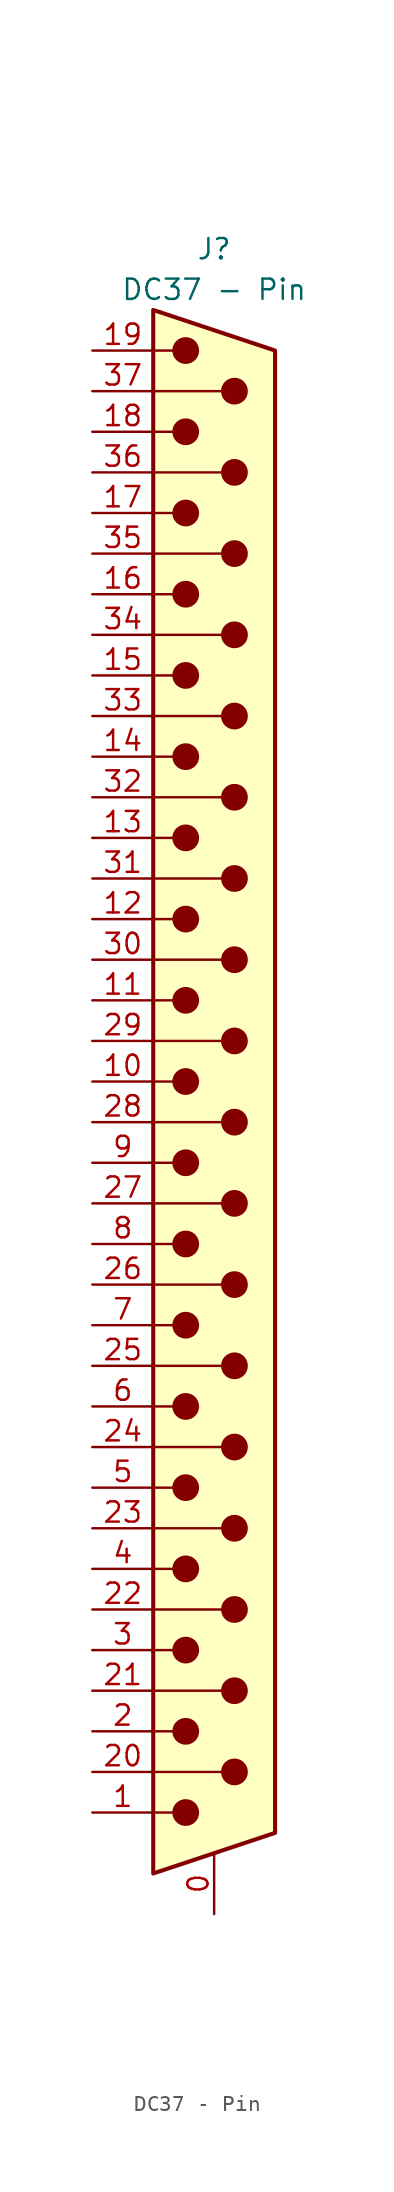
<source format=kicad_sym>
(kicad_symbol_lib
  (version 20211014)
  (generator kicad_symbol_editor)
  (symbol "DC37 - Pin"
    (pin_names
      (offset 1.016) hide)
    (property "Reference" "J"
      (at 0 54.61 0)
      (effects (font (size 1.27 1.27))))
    (property "Value" "DC37 - Pin"
      (at 0 52.07 0)
      (effects (font (size 1.27 1.27))))
    (symbol "DC37 - Pin_0_1"
      (circle (center -1.778 -43.18) (radius 0.762) (stroke (width 0) (type default) (color 0 0 0 0)) (fill (type outline)))
      (circle (center -1.778 -38.1) (radius 0.762) (stroke (width 0) (type default) (color 0 0 0 0)) (fill (type outline)))
      (circle (center -1.778 -33.02) (radius 0.762) (stroke (width 0) (type default) (color 0 0 0 0)) (fill (type outline)))
      (circle (center -1.778 -27.94) (radius 0.762) (stroke (width 0) (type default) (color 0 0 0 0)) (fill (type outline)))
      (circle (center -1.778 -22.86) (radius 0.762) (stroke (width 0) (type default) (color 0 0 0 0)) (fill (type outline)))
      (circle (center -1.778 -17.78) (radius 0.762) (stroke (width 0) (type default) (color 0 0 0 0)) (fill (type outline)))
      (circle (center -1.778 -12.7) (radius 0.762) (stroke (width 0) (type default) (color 0 0 0 0)) (fill (type outline)))
      (circle (center -1.778 -7.62) (radius 0.762) (stroke (width 0) (type default) (color 0 0 0 0)) (fill (type outline)))
      (circle (center -1.778 -2.54) (radius 0.762) (stroke (width 0) (type default) (color 0 0 0 0)) (fill (type outline)))
      (circle (center -1.778 2.54) (radius 0.762) (stroke (width 0) (type default) (color 0 0 0 0)) (fill (type outline)))
      (circle (center -1.778 7.62) (radius 0.762) (stroke (width 0) (type default) (color 0 0 0 0)) (fill (type outline)))
      (circle (center -1.778 12.7) (radius 0.762) (stroke (width 0) (type default) (color 0 0 0 0)) (fill (type outline)))
      (circle (center -1.778 17.78) (radius 0.762) (stroke (width 0) (type default) (color 0 0 0 0)) (fill (type outline)))
      (circle (center -1.778 22.86) (radius 0.762) (stroke (width 0) (type default) (color 0 0 0 0)) (fill (type outline)))
      (circle (center -1.778 27.94) (radius 0.762) (stroke (width 0) (type default) (color 0 0 0 0)) (fill (type outline)))
      (circle (center -1.778 33.02) (radius 0.762) (stroke (width 0) (type default) (color 0 0 0 0)) (fill (type outline)))
      (circle (center -1.778 38.1) (radius 0.762) (stroke (width 0) (type default) (color 0 0 0 0)) (fill (type outline)))
      (circle (center -1.778 43.18) (radius 0.762) (stroke (width 0) (type default) (color 0 0 0 0)) (fill (type outline)))
      (circle (center -1.778 48.26) (radius 0.762) (stroke (width 0) (type default) (color 0 0 0 0)) (fill (type outline)))
      (polyline (pts (xy -3.81 -43.18) (xy -1.27 -43.18)) (stroke (width 0) (type default) (color 0 0 0 0)) (fill (type none)))
      (polyline (pts (xy -3.81 -40.64) (xy 1.27 -40.64)) (stroke (width 0) (type default) (color 0 0 0 0)) (fill (type none)))
      (polyline (pts (xy -3.81 -38.1) (xy -1.27 -38.1)) (stroke (width 0) (type default) (color 0 0 0 0)) (fill (type none)))
      (polyline (pts (xy -3.81 -35.56) (xy 1.27 -35.56)) (stroke (width 0) (type default) (color 0 0 0 0)) (fill (type none)))
      (polyline (pts (xy -3.81 -33.02) (xy -1.27 -33.02)) (stroke (width 0) (type default) (color 0 0 0 0)) (fill (type none)))
      (polyline (pts (xy -3.81 -30.48) (xy 1.27 -30.48)) (stroke (width 0) (type default) (color 0 0 0 0)) (fill (type none)))
      (polyline (pts (xy -3.81 -27.94) (xy -1.27 -27.94)) (stroke (width 0) (type default) (color 0 0 0 0)) (fill (type none)))
      (polyline (pts (xy -3.81 -25.4) (xy 1.27 -25.4)) (stroke (width 0) (type default) (color 0 0 0 0)) (fill (type none)))
      (polyline (pts (xy -3.81 -22.86) (xy -1.27 -22.86)) (stroke (width 0) (type default) (color 0 0 0 0)) (fill (type none)))
      (polyline (pts (xy -3.81 -20.32) (xy 1.27 -20.32)) (stroke (width 0) (type default) (color 0 0 0 0)) (fill (type none)))
      (polyline (pts (xy -3.81 -17.78) (xy -1.27 -17.78)) (stroke (width 0) (type default) (color 0 0 0 0)) (fill (type none)))
      (polyline (pts (xy -3.81 -15.24) (xy 1.27 -15.24)) (stroke (width 0) (type default) (color 0 0 0 0)) (fill (type none)))
      (polyline (pts (xy -3.81 -12.7) (xy -1.27 -12.7)) (stroke (width 0) (type default) (color 0 0 0 0)) (fill (type none)))
      (polyline (pts (xy -3.81 -10.16) (xy 1.27 -10.16)) (stroke (width 0) (type default) (color 0 0 0 0)) (fill (type none)))
      (polyline (pts (xy -3.81 -7.62) (xy -1.27 -7.62)) (stroke (width 0) (type default) (color 0 0 0 0)) (fill (type none)))
      (polyline (pts (xy -3.81 -5.08) (xy 1.27 -5.08)) (stroke (width 0) (type default) (color 0 0 0 0)) (fill (type none)))
      (polyline (pts (xy -3.81 -2.54) (xy -1.27 -2.54)) (stroke (width 0) (type default) (color 0 0 0 0)) (fill (type none)))
      (polyline (pts (xy -3.81 0) (xy 1.27 0)) (stroke (width 0) (type default) (color 0 0 0 0)) (fill (type none)))
      (polyline (pts (xy -3.81 2.54) (xy -1.27 2.54)) (stroke (width 0) (type default) (color 0 0 0 0)) (fill (type none)))
      (polyline (pts (xy -3.81 5.08) (xy 1.27 5.08)) (stroke (width 0) (type default) (color 0 0 0 0)) (fill (type none)))
      (polyline (pts (xy -3.81 7.62) (xy -1.27 7.62)) (stroke (width 0) (type default) (color 0 0 0 0)) (fill (type none)))
      (polyline (pts (xy -3.81 10.16) (xy 1.27 10.16)) (stroke (width 0) (type default) (color 0 0 0 0)) (fill (type none)))
      (polyline (pts (xy -3.81 12.7) (xy -1.27 12.7)) (stroke (width 0) (type default) (color 0 0 0 0)) (fill (type none)))
      (polyline (pts (xy -3.81 15.24) (xy 1.27 15.24)) (stroke (width 0) (type default) (color 0 0 0 0)) (fill (type none)))
      (polyline (pts (xy -3.81 17.78) (xy -1.27 17.78)) (stroke (width 0) (type default) (color 0 0 0 0)) (fill (type none)))
      (polyline (pts (xy -3.81 20.32) (xy 1.27 20.32)) (stroke (width 0) (type default) (color 0 0 0 0)) (fill (type none)))
      (polyline (pts (xy -3.81 22.86) (xy -1.27 22.86)) (stroke (width 0) (type default) (color 0 0 0 0)) (fill (type none)))
      (polyline (pts (xy -3.81 25.4) (xy 1.27 25.4)) (stroke (width 0) (type default) (color 0 0 0 0)) (fill (type none)))
      (polyline (pts (xy -3.81 27.94) (xy -1.27 27.94)) (stroke (width 0) (type default) (color 0 0 0 0)) (fill (type none)))
      (polyline (pts (xy -3.81 30.48) (xy 1.27 30.48)) (stroke (width 0) (type default) (color 0 0 0 0)) (fill (type none)))
      (polyline (pts (xy -3.81 33.02) (xy -1.27 33.02)) (stroke (width 0) (type default) (color 0 0 0 0)) (fill (type none)))
      (polyline (pts (xy -3.81 35.56) (xy 1.27 35.56)) (stroke (width 0) (type default) (color 0 0 0 0)) (fill (type none)))
      (polyline (pts (xy -3.81 38.1) (xy -1.27 38.1)) (stroke (width 0) (type default) (color 0 0 0 0)) (fill (type none)))
      (polyline (pts (xy -3.81 40.64) (xy 1.27 40.64)) (stroke (width 0) (type default) (color 0 0 0 0)) (fill (type none)))
      (polyline (pts (xy -3.81 43.18) (xy -1.27 43.18)) (stroke (width 0) (type default) (color 0 0 0 0)) (fill (type none)))
      (polyline (pts (xy -3.81 45.72) (xy 1.27 45.72)) (stroke (width 0) (type default) (color 0 0 0 0)) (fill (type none)))
      (polyline (pts (xy -3.81 48.26) (xy -1.27 48.26)) (stroke (width 0) (type default) (color 0 0 0 0)) (fill (type none)))
      (polyline (pts (xy -3.81 50.8) (xy -3.81 -46.99) (xy 3.81 -44.45) (xy 3.81 48.26) (xy -3.81 50.8)) (stroke (width 0.254) (type default) (color 0 0 0 0)) (fill (type background)))
      (circle (center 1.27 -40.64) (radius 0.762) (stroke (width 0) (type default) (color 0 0 0 0)) (fill (type outline)))
      (circle (center 1.27 -35.56) (radius 0.762) (stroke (width 0) (type default) (color 0 0 0 0)) (fill (type outline)))
      (circle (center 1.27 -30.48) (radius 0.762) (stroke (width 0) (type default) (color 0 0 0 0)) (fill (type outline)))
      (circle (center 1.27 -25.4) (radius 0.762) (stroke (width 0) (type default) (color 0 0 0 0)) (fill (type outline)))
      (circle (center 1.27 -20.32) (radius 0.762) (stroke (width 0) (type default) (color 0 0 0 0)) (fill (type outline)))
      (circle (center 1.27 -15.24) (radius 0.762) (stroke (width 0) (type default) (color 0 0 0 0)) (fill (type outline)))
      (circle (center 1.27 -10.16) (radius 0.762) (stroke (width 0) (type default) (color 0 0 0 0)) (fill (type outline)))
      (circle (center 1.27 -5.08) (radius 0.762) (stroke (width 0) (type default) (color 0 0 0 0)) (fill (type outline)))
      (circle (center 1.27 0) (radius 0.762) (stroke (width 0) (type default) (color 0 0 0 0)) (fill (type outline)))
      (circle (center 1.27 5.08) (radius 0.762) (stroke (width 0) (type default) (color 0 0 0 0)) (fill (type outline)))
      (circle (center 1.27 10.16) (radius 0.762) (stroke (width 0) (type default) (color 0 0 0 0)) (fill (type outline)))
      (circle (center 1.27 15.24) (radius 0.762) (stroke (width 0) (type default) (color 0 0 0 0)) (fill (type outline)))
      (circle (center 1.27 20.32) (radius 0.762) (stroke (width 0) (type default) (color 0 0 0 0)) (fill (type outline)))
      (circle (center 1.27 25.4) (radius 0.762) (stroke (width 0) (type default) (color 0 0 0 0)) (fill (type outline)))
      (circle (center 1.27 30.48) (radius 0.762) (stroke (width 0) (type default) (color 0 0 0 0)) (fill (type outline)))
      (circle (center 1.27 35.56) (radius 0.762) (stroke (width 0) (type default) (color 0 0 0 0)) (fill (type outline)))
      (circle (center 1.27 40.64) (radius 0.762) (stroke (width 0) (type default) (color 0 0 0 0)) (fill (type outline)))
      (circle (center 1.27 45.72) (radius 0.762) (stroke (width 0) (type default) (color 0 0 0 0)) (fill (type outline))))
    (symbol "DC37 - Pin_1_1"
      (pin passive line (at 0 -49.53 90) (length 3.81) (name "0" (effects (font (size 1.27 1.27)))) (number "0" (effects (font (size 1.27 1.27)))))
      (pin passive line (at -7.62 -43.18 0) (length 3.81) (name "1" (effects (font (size 1.27 1.27)))) (number "1" (effects (font (size 1.27 1.27)))))
      (pin passive line (at -7.62 2.54 0) (length 3.81) (name "10" (effects (font (size 1.27 1.27)))) (number "10" (effects (font (size 1.27 1.27)))))
      (pin passive line (at -7.62 7.62 0) (length 3.81) (name "11" (effects (font (size 1.27 1.27)))) (number "11" (effects (font (size 1.27 1.27)))))
      (pin passive line (at -7.62 12.7 0) (length 3.81) (name "12" (effects (font (size 1.27 1.27)))) (number "12" (effects (font (size 1.27 1.27)))))
      (pin passive line (at -7.62 17.78 0) (length 3.81) (name "13" (effects (font (size 1.27 1.27)))) (number "13" (effects (font (size 1.27 1.27)))))
      (pin passive line (at -7.62 22.86 0) (length 3.81) (name "14" (effects (font (size 1.27 1.27)))) (number "14" (effects (font (size 1.27 1.27)))))
      (pin passive line (at -7.62 27.94 0) (length 3.81) (name "15" (effects (font (size 1.27 1.27)))) (number "15" (effects (font (size 1.27 1.27)))))
      (pin passive line (at -7.62 33.02 0) (length 3.81) (name "16" (effects (font (size 1.27 1.27)))) (number "16" (effects (font (size 1.27 1.27)))))
      (pin passive line (at -7.62 38.1 0) (length 3.81) (name "17" (effects (font (size 1.27 1.27)))) (number "17" (effects (font (size 1.27 1.27)))))
      (pin passive line (at -7.62 43.18 0) (length 3.81) (name "18" (effects (font (size 1.27 1.27)))) (number "18" (effects (font (size 1.27 1.27)))))
      (pin passive line (at -7.62 48.26 0) (length 3.81) (name "19" (effects (font (size 1.27 1.27)))) (number "19" (effects (font (size 1.27 1.27)))))
      (pin passive line (at -7.62 -38.1 0) (length 3.81) (name "2" (effects (font (size 1.27 1.27)))) (number "2" (effects (font (size 1.27 1.27)))))
      (pin passive line (at -7.62 -40.64 0) (length 3.81) (name "20" (effects (font (size 1.27 1.27)))) (number "20" (effects (font (size 1.27 1.27)))))
      (pin passive line (at -7.62 -35.56 0) (length 3.81) (name "21" (effects (font (size 1.27 1.27)))) (number "21" (effects (font (size 1.27 1.27)))))
      (pin passive line (at -7.62 -30.48 0) (length 3.81) (name "22" (effects (font (size 1.27 1.27)))) (number "22" (effects (font (size 1.27 1.27)))))
      (pin passive line (at -7.62 -25.4 0) (length 3.81) (name "23" (effects (font (size 1.27 1.27)))) (number "23" (effects (font (size 1.27 1.27)))))
      (pin passive line (at -7.62 -20.32 0) (length 3.81) (name "24" (effects (font (size 1.27 1.27)))) (number "24" (effects (font (size 1.27 1.27)))))
      (pin passive line (at -7.62 -15.24 0) (length 3.81) (name "25" (effects (font (size 1.27 1.27)))) (number "25" (effects (font (size 1.27 1.27)))))
      (pin passive line (at -7.62 -10.16 0) (length 3.81) (name "26" (effects (font (size 1.27 1.27)))) (number "26" (effects (font (size 1.27 1.27)))))
      (pin passive line (at -7.62 -5.08 0) (length 3.81) (name "27" (effects (font (size 1.27 1.27)))) (number "27" (effects (font (size 1.27 1.27)))))
      (pin passive line (at -7.62 0 0) (length 3.81) (name "28" (effects (font (size 1.27 1.27)))) (number "28" (effects (font (size 1.27 1.27)))))
      (pin passive line (at -7.62 5.08 0) (length 3.81) (name "29" (effects (font (size 1.27 1.27)))) (number "29" (effects (font (size 1.27 1.27)))))
      (pin passive line (at -7.62 -33.02 0) (length 3.81) (name "3" (effects (font (size 1.27 1.27)))) (number "3" (effects (font (size 1.27 1.27)))))
      (pin passive line (at -7.62 10.16 0) (length 3.81) (name "30" (effects (font (size 1.27 1.27)))) (number "30" (effects (font (size 1.27 1.27)))))
      (pin passive line (at -7.62 15.24 0) (length 3.81) (name "31" (effects (font (size 1.27 1.27)))) (number "31" (effects (font (size 1.27 1.27)))))
      (pin passive line (at -7.62 20.32 0) (length 3.81) (name "32" (effects (font (size 1.27 1.27)))) (number "32" (effects (font (size 1.27 1.27)))))
      (pin passive line (at -7.62 25.4 0) (length 3.81) (name "33" (effects (font (size 1.27 1.27)))) (number "33" (effects (font (size 1.27 1.27)))))
      (pin passive line (at -7.62 30.48 0) (length 3.81) (name "34" (effects (font (size 1.27 1.27)))) (number "34" (effects (font (size 1.27 1.27)))))
      (pin passive line (at -7.62 35.56 0) (length 3.81) (name "35" (effects (font (size 1.27 1.27)))) (number "35" (effects (font (size 1.27 1.27)))))
      (pin passive line (at -7.62 40.64 0) (length 3.81) (name "36" (effects (font (size 1.27 1.27)))) (number "36" (effects (font (size 1.27 1.27)))))
      (pin passive line (at -7.62 45.72 0) (length 3.81) (name "37" (effects (font (size 1.27 1.27)))) (number "37" (effects (font (size 1.27 1.27)))))
      (pin passive line (at -7.62 -27.94 0) (length 3.81) (name "4" (effects (font (size 1.27 1.27)))) (number "4" (effects (font (size 1.27 1.27)))))
      (pin passive line (at -7.62 -22.86 0) (length 3.81) (name "5" (effects (font (size 1.27 1.27)))) (number "5" (effects (font (size 1.27 1.27)))))
      (pin passive line (at -7.62 -17.78 0) (length 3.81) (name "6" (effects (font (size 1.27 1.27)))) (number "6" (effects (font (size 1.27 1.27)))))
      (pin passive line (at -7.62 -12.7 0) (length 3.81) (name "7" (effects (font (size 1.27 1.27)))) (number "7" (effects (font (size 1.27 1.27)))))
      (pin passive line (at -7.62 -7.62 0) (length 3.81) (name "8" (effects (font (size 1.27 1.27)))) (number "8" (effects (font (size 1.27 1.27)))))
      (pin passive line (at -7.62 -2.54 0) (length 3.81) (name "9" (effects (font (size 1.27 1.27)))) (number "9" (effects (font (size 1.27 1.27))))))))
</source>
